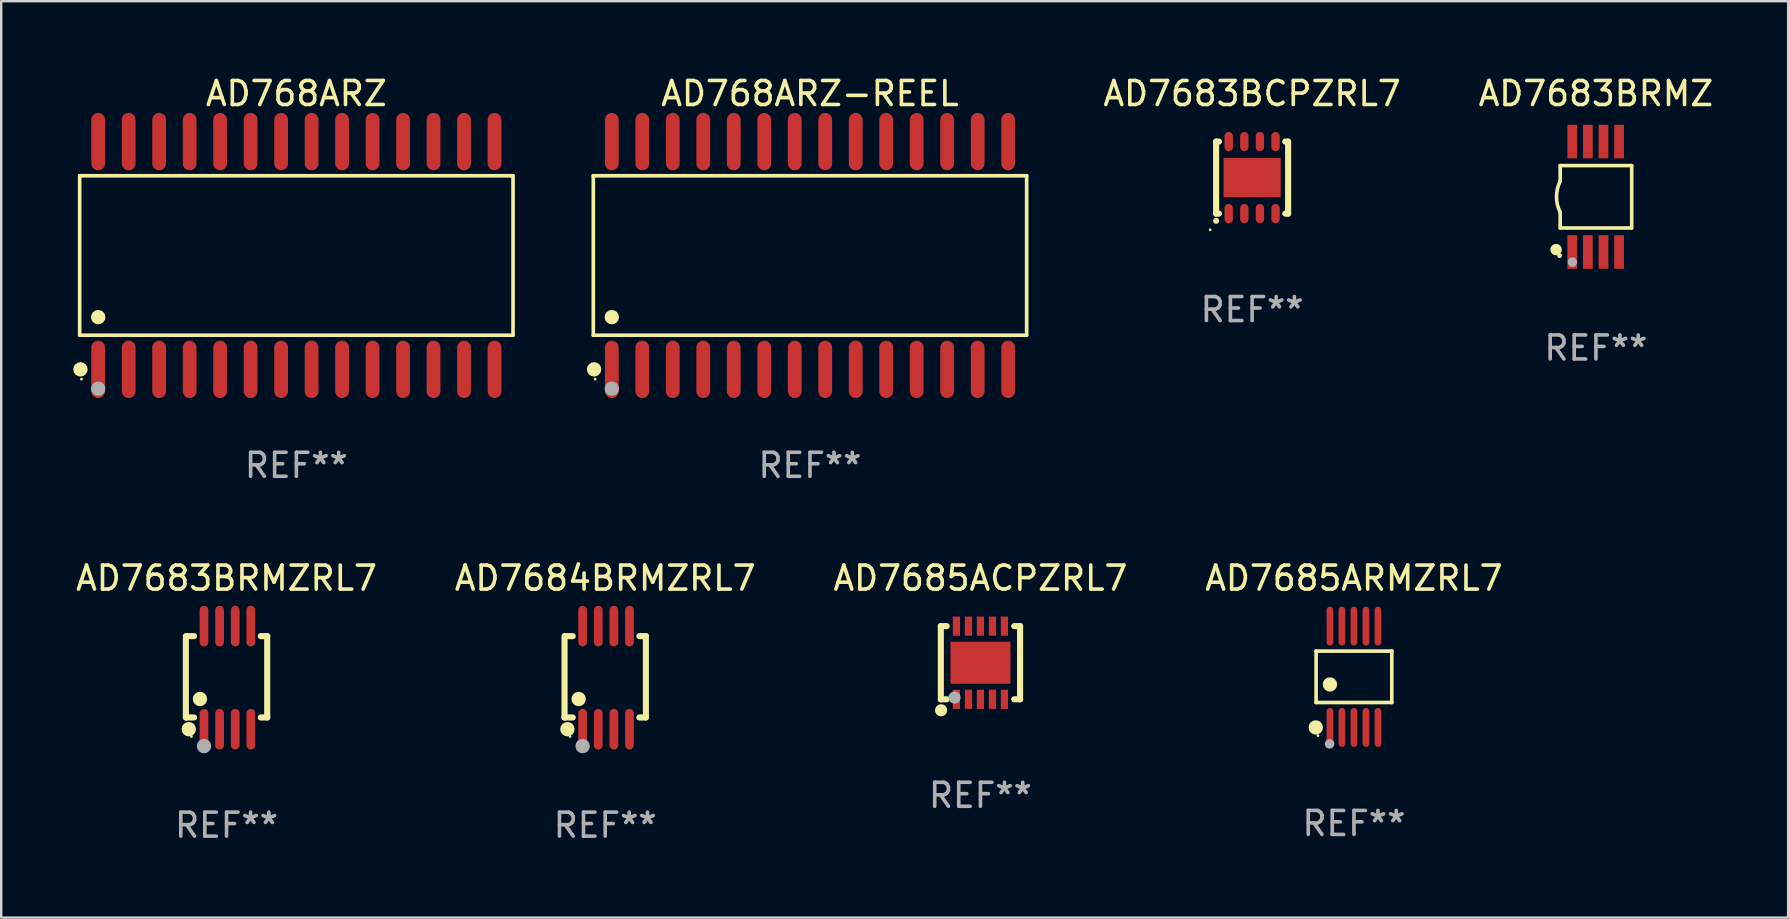
<source format=kicad_pcb>
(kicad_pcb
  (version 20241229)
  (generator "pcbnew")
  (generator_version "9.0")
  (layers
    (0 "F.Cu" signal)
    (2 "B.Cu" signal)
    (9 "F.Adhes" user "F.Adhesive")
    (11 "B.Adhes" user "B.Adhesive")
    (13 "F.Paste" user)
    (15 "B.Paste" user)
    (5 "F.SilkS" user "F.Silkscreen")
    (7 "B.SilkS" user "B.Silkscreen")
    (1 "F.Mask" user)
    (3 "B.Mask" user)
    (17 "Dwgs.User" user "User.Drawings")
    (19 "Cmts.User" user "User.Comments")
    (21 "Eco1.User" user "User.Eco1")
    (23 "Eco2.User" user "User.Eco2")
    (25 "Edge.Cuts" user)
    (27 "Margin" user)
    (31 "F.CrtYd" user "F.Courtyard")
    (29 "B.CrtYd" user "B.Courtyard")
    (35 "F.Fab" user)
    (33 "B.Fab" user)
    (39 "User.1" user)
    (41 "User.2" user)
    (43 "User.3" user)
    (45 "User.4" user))
  (footprint "AD768ARZ"
    (layer "F.Cu")
    (at 9.295 7.592)
    (property "Reference" "AD768ARZ" (at 0 -6.744 0) (layer "F.SilkS") (effects (font (size 1 1) (thickness 0.15))))
    (attr through_hole)
    (fp_line (start -9.026 -3.321) (end 9.026 -3.321) (stroke (width 0.152) (type solid)) (layer "F.SilkS"))
    (fp_line (start -9.026 3.321) (end -9.026 -3.321) (stroke (width 0.152) (type solid)) (layer "F.SilkS"))
    (fp_line (start 9.026 -3.321) (end 9.026 3.321) (stroke (width 0.152) (type solid)) (layer "F.SilkS"))
    (fp_line (start 9.026 3.321) (end -9.026 3.321) (stroke (width 0.152) (type solid)) (layer "F.SilkS"))
    (fp_circle (center -8.994 4.744) (end -8.844 4.744) (stroke (width 0.3) (type solid)) (fill no) (layer "F.SilkS"))
    (fp_circle (center -8.95 5.15) (end -8.92 5.15) (stroke (width 0.06) (type solid)) (fill no) (layer "F.SilkS"))
    (fp_circle (center -8.255 2.569) (end -8.105 2.569) (stroke (width 0.3) (type solid)) (fill no) (layer "F.SilkS"))
    (fp_circle (center -8.255 5.55) (end -8.105 5.55) (stroke (width 0.3) (type solid)) (fill no) (layer "F.Fab"))
    (fp_text user "REF**" (at 0 8.744 0) (layer "F.Fab") (effects (font (size 1 1) (thickness 0.15))))
    (pad "1" smd oval (at -8.255 4.744) (size 0.574 2.388) (layers "F.Cu" "F.Mask" "F.Paste"))
    (pad "2" smd oval (at -6.985 4.744) (size 0.574 2.388) (layers "F.Cu" "F.Mask" "F.Paste"))
    (pad "3" smd oval (at -5.715 4.744) (size 0.574 2.388) (layers "F.Cu" "F.Mask" "F.Paste"))
    (pad "4" smd oval (at -4.445 4.744) (size 0.574 2.388) (layers "F.Cu" "F.Mask" "F.Paste"))
    (pad "5" smd oval (at -3.175 4.744) (size 0.574 2.388) (layers "F.Cu" "F.Mask" "F.Paste"))
    (pad "6" smd oval (at -1.905 4.744) (size 0.574 2.388) (layers "F.Cu" "F.Mask" "F.Paste"))
    (pad "7" smd oval (at -0.635 4.744) (size 0.574 2.388) (layers "F.Cu" "F.Mask" "F.Paste"))
    (pad "8" smd oval (at 0.635 4.744) (size 0.574 2.388) (layers "F.Cu" "F.Mask" "F.Paste"))
    (pad "9" smd oval (at 1.905 4.744) (size 0.574 2.388) (layers "F.Cu" "F.Mask" "F.Paste"))
    (pad "10" smd oval (at 3.175 4.744) (size 0.574 2.388) (layers "F.Cu" "F.Mask" "F.Paste"))
    (pad "11" smd oval (at 4.445 4.744) (size 0.574 2.388) (layers "F.Cu" "F.Mask" "F.Paste"))
    (pad "12" smd oval (at 5.715 4.744) (size 0.574 2.388) (layers "F.Cu" "F.Mask" "F.Paste"))
    (pad "13" smd oval (at 6.985 4.744) (size 0.574 2.388) (layers "F.Cu" "F.Mask" "F.Paste"))
    (pad "14" smd oval (at 8.255 4.744) (size 0.574 2.388) (layers "F.Cu" "F.Mask" "F.Paste"))
    (pad "15" smd oval (at 8.255 -4.744) (size 0.574 2.388) (layers "F.Cu" "F.Mask" "F.Paste"))
    (pad "16" smd oval (at 6.985 -4.744) (size 0.574 2.388) (layers "F.Cu" "F.Mask" "F.Paste"))
    (pad "17" smd oval (at 5.715 -4.744) (size 0.574 2.388) (layers "F.Cu" "F.Mask" "F.Paste"))
    (pad "18" smd oval (at 4.445 -4.744) (size 0.574 2.388) (layers "F.Cu" "F.Mask" "F.Paste"))
    (pad "19" smd oval (at 3.175 -4.744) (size 0.574 2.388) (layers "F.Cu" "F.Mask" "F.Paste"))
    (pad "20" smd oval (at 1.905 -4.744) (size 0.574 2.388) (layers "F.Cu" "F.Mask" "F.Paste"))
    (pad "21" smd oval (at 0.635 -4.744) (size 0.574 2.388) (layers "F.Cu" "F.Mask" "F.Paste"))
    (pad "22" smd oval (at -0.635 -4.744) (size 0.574 2.388) (layers "F.Cu" "F.Mask" "F.Paste"))
    (pad "23" smd oval (at -1.905 -4.744) (size 0.574 2.388) (layers "F.Cu" "F.Mask" "F.Paste"))
    (pad "24" smd oval (at -3.175 -4.744) (size 0.574 2.388) (layers "F.Cu" "F.Mask" "F.Paste"))
    (pad "25" smd oval (at -4.445 -4.744) (size 0.574 2.388) (layers "F.Cu" "F.Mask" "F.Paste"))
    (pad "26" smd oval (at -5.715 -4.744) (size 0.574 2.388) (layers "F.Cu" "F.Mask" "F.Paste"))
    (pad "27" smd oval (at -6.985 -4.744) (size 0.574 2.388) (layers "F.Cu" "F.Mask" "F.Paste"))
    (pad "28" smd oval (at -8.255 -4.744) (size 0.574 2.388) (layers "F.Cu" "F.Mask" "F.Paste")))
  (footprint "AD7683BRMZ"
    (layer "F.Cu")
    (at 63.431 5.148)
    (property "Reference" "AD7683BRMZ" (at 0 -4.3 0) (layer "F.SilkS") (effects (font (size 1 1) (thickness 0.15))))
    (attr through_hole)
    (fp_line (start -1.489 -1.3) (end -1.489 -0.648) (stroke (width 0.15) (type solid)) (layer "F.SilkS"))
    (fp_line (start -1.489 0.648) (end -1.489 1.3) (stroke (width 0.15) (type solid)) (layer "F.SilkS"))
    (fp_line (start -1.489 1.3) (end 1.489 1.3) (stroke (width 0.15) (type solid)) (layer "F.SilkS"))
    (fp_line (start 1.489 -1.3) (end -1.489 -1.3) (stroke (width 0.15) (type solid)) (layer "F.SilkS"))
    (fp_line (start 1.489 1.3) (end 1.489 -1.3) (stroke (width 0.15) (type solid)) (layer "F.SilkS"))
    (fp_arc (start -1.489205 0.647702) (mid -1.642107 0) (end -1.489205 -0.647701) (stroke (width 0.150013) (type solid)) (layer "F.SilkS"))
    (fp_circle (center -1.661 2.2) (end -1.541 2.2) (stroke (width 0.24) (type solid)) (fill no) (layer "F.SilkS"))
    (fp_circle (center -1.511 2.45) (end -1.461 2.45) (stroke (width 0.1) (type solid)) (fill no) (layer "F.SilkS"))
    (fp_circle (center -0.981 2.72) (end -0.881 2.72) (stroke (width 0.2) (type solid)) (fill no) (layer "F.Fab"))
    (fp_text user "REF**" (at 0 6.3 0) (layer "F.Fab") (effects (font (size 1 1) (thickness 0.15))))
    (pad "1" smd rect (at -0.986 2.3) (size 0.406 1.397) (layers "F.Cu" "F.Mask" "F.Paste"))
    (pad "2" smd rect (at -0.336 2.3) (size 0.406 1.397) (layers "F.Cu" "F.Mask" "F.Paste"))
    (pad "3" smd rect (at 0.314 2.3) (size 0.406 1.397) (layers "F.Cu" "F.Mask" "F.Paste"))
    (pad "4" smd rect (at 0.964 2.3) (size 0.406 1.397) (layers "F.Cu" "F.Mask" "F.Paste"))
    (pad "5" smd rect (at 0.964 -2.3) (size 0.406 1.397) (layers "F.Cu" "F.Mask" "F.Paste"))
    (pad "6" smd rect (at 0.314 -2.3) (size 0.406 1.397) (layers "F.Cu" "F.Mask" "F.Paste"))
    (pad "7" smd rect (at -0.336 -2.3) (size 0.406 1.397) (layers "F.Cu" "F.Mask" "F.Paste"))
    (pad "8" smd rect (at -0.986 -2.3) (size 0.406 1.397) (layers "F.Cu" "F.Mask" "F.Paste")))
  (footprint "AD7685ARMZRL7"
    (layer "F.Cu")
    (at 53.351 25.143)
    (property "Reference" "AD7685ARMZRL7" (at 0 -4.11 0) (layer "F.SilkS") (effects (font (size 1 1) (thickness 0.15))))
    (attr through_hole)
    (fp_line (start -1.576 -1.071) (end 1.576 -1.071) (stroke (width 0.152) (type solid)) (layer "F.SilkS"))
    (fp_line (start -1.576 1.071) (end -1.576 -1.071) (stroke (width 0.152) (type solid)) (layer "F.SilkS"))
    (fp_line (start 1.576 -1.071) (end 1.576 1.071) (stroke (width 0.152) (type solid)) (layer "F.SilkS"))
    (fp_line (start 1.576 1.071) (end -1.576 1.071) (stroke (width 0.152) (type solid)) (layer "F.SilkS"))
    (fp_circle (center -1.592 2.11) (end -1.442 2.11) (stroke (width 0.3) (type solid)) (fill no) (layer "F.SilkS"))
    (fp_circle (center -1.5 2.45) (end -1.47 2.45) (stroke (width 0.06) (type solid)) (fill no) (layer "F.SilkS"))
    (fp_circle (center -1 0.319) (end -0.85 0.319) (stroke (width 0.3) (type solid)) (fill no) (layer "F.SilkS"))
    (fp_circle (center -1.016 2.794) (end -0.916 2.794) (stroke (width 0.2) (type solid)) (fill no) (layer "F.Fab"))
    (fp_text user "REF**" (at 0 6.11 0) (layer "F.Fab") (effects (font (size 1 1) (thickness 0.15))))
    (pad "1" smd oval (at -1 2.11) (size 0.28 1.62) (layers "F.Cu" "F.Mask" "F.Paste"))
    (pad "2" smd oval (at -0.5 2.11) (size 0.28 1.62) (layers "F.Cu" "F.Mask" "F.Paste"))
    (pad "3" smd oval (at 0 2.11) (size 0.28 1.62) (layers "F.Cu" "F.Mask" "F.Paste"))
    (pad "4" smd oval (at 0.5 2.11) (size 0.28 1.62) (layers "F.Cu" "F.Mask" "F.Paste"))
    (pad "5" smd oval (at 1 2.11) (size 0.28 1.62) (layers "F.Cu" "F.Mask" "F.Paste"))
    (pad "6" smd oval (at 1 -2.11) (size 0.28 1.62) (layers "F.Cu" "F.Mask" "F.Paste"))
    (pad "7" smd oval (at 0.5 -2.11) (size 0.28 1.62) (layers "F.Cu" "F.Mask" "F.Paste"))
    (pad "8" smd oval (at 0 -2.11) (size 0.28 1.62) (layers "F.Cu" "F.Mask" "F.Paste"))
    (pad "9" smd oval (at -0.5 -2.11) (size 0.28 1.62) (layers "F.Cu" "F.Mask" "F.Paste"))
    (pad "10" smd oval (at -1 -2.11) (size 0.28 1.62) (layers "F.Cu" "F.Mask" "F.Paste")))
  (footprint "AD7683BCPZRL7"
    (layer "F.Cu")
    (at 49.109 4.348)
    (property "Reference" "AD7683BCPZRL7" (at 0 -3.5 0) (layer "F.SilkS") (effects (font (size 1 1) (thickness 0.15))))
    (attr through_hole)
    (fp_line (start -1.5 -1.5) (end -1.5 1.5) (stroke (width 0.254) (type solid)) (layer "F.SilkS"))
    (fp_line (start -1.5 1.5) (end -1.381 1.5) (stroke (width 0.254) (type solid)) (layer "F.SilkS"))
    (fp_line (start -1.381 -1.5) (end -1.5 -1.5) (stroke (width 0.254) (type solid)) (layer "F.SilkS"))
    (fp_line (start 1.381 1.5) (end 1.5 1.5) (stroke (width 0.254) (type solid)) (layer "F.SilkS"))
    (fp_line (start 1.5 -1.5) (end 1.381 -1.5) (stroke (width 0.254) (type solid)) (layer "F.SilkS"))
    (fp_line (start 1.5 1.5) (end 1.5 -1.5) (stroke (width 0.254) (type solid)) (layer "F.SilkS"))
    (fp_arc (start -1.5 1.799936) (mid -1.49873 1.79993) (end -1.49746 1.799936) (stroke (width 0.25) (type solid)) (layer "F.SilkS"))
    (fp_circle (center -1.749 2.175) (end -1.719 2.175) (stroke (width 0.06) (type solid)) (fill no) (layer "F.SilkS"))
    (fp_text user "REF**" (at 0 5.5 0) (layer "F.Fab") (effects (font (size 1 1) (thickness 0.15))))
    (pad "1" smd oval (at -0.975 1.5 180) (size 0.35 0.8) (layers "F.Cu" "F.Mask" "F.Paste"))
    (pad "2" smd oval (at -0.325 1.5 180) (size 0.35 0.8) (layers "F.Cu" "F.Mask" "F.Paste"))
    (pad "3" smd oval (at 0.325 1.5 180) (size 0.35 0.8) (layers "F.Cu" "F.Mask" "F.Paste"))
    (pad "4" smd oval (at 0.975 1.5 180) (size 0.35 0.8) (layers "F.Cu" "F.Mask" "F.Paste"))
    (pad "5" smd oval (at 0.975 -1.5 180) (size 0.35 0.8) (layers "F.Cu" "F.Mask" "F.Paste"))
    (pad "6" smd oval (at 0.325 -1.5 180) (size 0.35 0.8) (layers "F.Cu" "F.Mask" "F.Paste"))
    (pad "7" smd oval (at -0.325 -1.5 180) (size 0.35 0.8) (layers "F.Cu" "F.Mask" "F.Paste"))
    (pad "8" smd oval (at -0.975 -1.5 180) (size 0.35 0.8) (layers "F.Cu" "F.Mask" "F.Paste"))
    (pad "9" smd rect (at 0 -0.000064 90) (size 1.64 2.38) (layers "F.Cu" "F.Mask" "F.Paste")))
  (footprint "AD7683BRMZRL7"
    (layer "F.Cu")
    (at 6.387 25.179)
    (property "Reference" "AD7683BRMZRL7" (at 0 -4.146 0) (layer "F.SilkS") (effects (font (size 1 1) (thickness 0.15))))
    (attr through_hole)
    (fp_line (start -1.694 -1.724) (end -1.694 1.652) (stroke (width 0.254) (type solid)) (layer "F.SilkS"))
    (fp_line (start -1.694 1.652) (end -1.688 1.658) (stroke (width 0.254) (type solid)) (layer "F.SilkS"))
    (fp_line (start -1.688 1.658) (end -1.353 1.658) (stroke (width 0.254) (type solid)) (layer "F.SilkS"))
    (fp_line (start -1.661 -1.73) (end -1.681 -1.71) (stroke (width 0.254) (type solid)) (layer "F.SilkS"))
    (fp_line (start -1.353 -1.73) (end -1.661 -1.73) (stroke (width 0.254) (type solid)) (layer "F.SilkS"))
    (fp_line (start 1.424 1.658) (end 1.694 1.658) (stroke (width 0.254) (type solid)) (layer "F.SilkS"))
    (fp_line (start 1.694 -1.73) (end 1.424 -1.73) (stroke (width 0.254) (type solid)) (layer "F.SilkS"))
    (fp_line (start 1.694 1.658) (end 1.694 -1.73) (stroke (width 0.254) (type solid)) (layer "F.SilkS"))
    (fp_circle (center -1.574 2.146) (end -1.424 2.146) (stroke (width 0.3) (type solid)) (fill no) (layer "F.SilkS"))
    (fp_circle (center -1.464 2.45) (end -1.434 2.45) (stroke (width 0.06) (type solid)) (fill no) (layer "F.SilkS"))
    (fp_circle (center -1.107 0.889) (end -0.957 0.889) (stroke (width 0.3) (type solid)) (fill no) (layer "F.SilkS"))
    (fp_circle (center -0.94 2.85) (end -0.789 2.85) (stroke (width 0.3) (type solid)) (fill no) (layer "F.Fab"))
    (fp_text user "REF**" (at 0 6.146 0) (layer "F.Fab") (effects (font (size 1 1) (thickness 0.15))))
    (pad "1" smd oval (at -0.94 2.146) (size 0.364 1.692) (layers "F.Cu" "F.Mask" "F.Paste"))
    (pad "2" smd oval (at -0.289 2.146) (size 0.364 1.692) (layers "F.Cu" "F.Mask" "F.Paste"))
    (pad "3" smd oval (at 0.361 2.146) (size 0.364 1.692) (layers "F.Cu" "F.Mask" "F.Paste"))
    (pad "4" smd oval (at 1.011 2.146) (size 0.364 1.692) (layers "F.Cu" "F.Mask" "F.Paste"))
    (pad "5" smd oval (at 1.011 -2.146) (size 0.364 1.692) (layers "F.Cu" "F.Mask" "F.Paste"))
    (pad "6" smd oval (at 0.361 -2.146) (size 0.364 1.692) (layers "F.Cu" "F.Mask" "F.Paste"))
    (pad "7" smd oval (at -0.289 -2.146) (size 0.364 1.692) (layers "F.Cu" "F.Mask" "F.Paste"))
    (pad "8" smd oval (at -0.94 -2.146) (size 0.364 1.692) (layers "F.Cu" "F.Mask" "F.Paste")))
  (footprint "AD768ARZ-REEL"
    (layer "F.Cu")
    (at 30.691 7.592)
    (property "Reference" "AD768ARZ-REEL" (at 0 -6.744 0) (layer "F.SilkS") (effects (font (size 1 1) (thickness 0.15))))
    (attr through_hole)
    (fp_line (start -9.026 -3.321) (end 9.026 -3.321) (stroke (width 0.152) (type solid)) (layer "F.SilkS"))
    (fp_line (start -9.026 3.321) (end -9.026 -3.321) (stroke (width 0.152) (type solid)) (layer "F.SilkS"))
    (fp_line (start 9.026 -3.321) (end 9.026 3.321) (stroke (width 0.152) (type solid)) (layer "F.SilkS"))
    (fp_line (start 9.026 3.321) (end -9.026 3.321) (stroke (width 0.152) (type solid)) (layer "F.SilkS"))
    (fp_circle (center -8.994 4.744) (end -8.844 4.744) (stroke (width 0.3) (type solid)) (fill no) (layer "F.SilkS"))
    (fp_circle (center -8.95 5.15) (end -8.92 5.15) (stroke (width 0.06) (type solid)) (fill no) (layer "F.SilkS"))
    (fp_circle (center -8.255 2.569) (end -8.105 2.569) (stroke (width 0.3) (type solid)) (fill no) (layer "F.SilkS"))
    (fp_circle (center -8.255 5.55) (end -8.105 5.55) (stroke (width 0.3) (type solid)) (fill no) (layer "F.Fab"))
    (fp_text user "REF**" (at 0 8.744 0) (layer "F.Fab") (effects (font (size 1 1) (thickness 0.15))))
    (pad "1" smd oval (at -8.255 4.744) (size 0.574 2.388) (layers "F.Cu" "F.Mask" "F.Paste"))
    (pad "2" smd oval (at -6.985 4.744) (size 0.574 2.388) (layers "F.Cu" "F.Mask" "F.Paste"))
    (pad "3" smd oval (at -5.715 4.744) (size 0.574 2.388) (layers "F.Cu" "F.Mask" "F.Paste"))
    (pad "4" smd oval (at -4.445 4.744) (size 0.574 2.388) (layers "F.Cu" "F.Mask" "F.Paste"))
    (pad "5" smd oval (at -3.175 4.744) (size 0.574 2.388) (layers "F.Cu" "F.Mask" "F.Paste"))
    (pad "6" smd oval (at -1.905 4.744) (size 0.574 2.388) (layers "F.Cu" "F.Mask" "F.Paste"))
    (pad "7" smd oval (at -0.635 4.744) (size 0.574 2.388) (layers "F.Cu" "F.Mask" "F.Paste"))
    (pad "8" smd oval (at 0.635 4.744) (size 0.574 2.388) (layers "F.Cu" "F.Mask" "F.Paste"))
    (pad "9" smd oval (at 1.905 4.744) (size 0.574 2.388) (layers "F.Cu" "F.Mask" "F.Paste"))
    (pad "10" smd oval (at 3.175 4.744) (size 0.574 2.388) (layers "F.Cu" "F.Mask" "F.Paste"))
    (pad "11" smd oval (at 4.445 4.744) (size 0.574 2.388) (layers "F.Cu" "F.Mask" "F.Paste"))
    (pad "12" smd oval (at 5.715 4.744) (size 0.574 2.388) (layers "F.Cu" "F.Mask" "F.Paste"))
    (pad "13" smd oval (at 6.985 4.744) (size 0.574 2.388) (layers "F.Cu" "F.Mask" "F.Paste"))
    (pad "14" smd oval (at 8.255 4.744) (size 0.574 2.388) (layers "F.Cu" "F.Mask" "F.Paste"))
    (pad "15" smd oval (at 8.255 -4.744) (size 0.574 2.388) (layers "F.Cu" "F.Mask" "F.Paste"))
    (pad "16" smd oval (at 6.985 -4.744) (size 0.574 2.388) (layers "F.Cu" "F.Mask" "F.Paste"))
    (pad "17" smd oval (at 5.715 -4.744) (size 0.574 2.388) (layers "F.Cu" "F.Mask" "F.Paste"))
    (pad "18" smd oval (at 4.445 -4.744) (size 0.574 2.388) (layers "F.Cu" "F.Mask" "F.Paste"))
    (pad "19" smd oval (at 3.175 -4.744) (size 0.574 2.388) (layers "F.Cu" "F.Mask" "F.Paste"))
    (pad "20" smd oval (at 1.905 -4.744) (size 0.574 2.388) (layers "F.Cu" "F.Mask" "F.Paste"))
    (pad "21" smd oval (at 0.635 -4.744) (size 0.574 2.388) (layers "F.Cu" "F.Mask" "F.Paste"))
    (pad "22" smd oval (at -0.635 -4.744) (size 0.574 2.388) (layers "F.Cu" "F.Mask" "F.Paste"))
    (pad "23" smd oval (at -1.905 -4.744) (size 0.574 2.388) (layers "F.Cu" "F.Mask" "F.Paste"))
    (pad "24" smd oval (at -3.175 -4.744) (size 0.574 2.388) (layers "F.Cu" "F.Mask" "F.Paste"))
    (pad "25" smd oval (at -4.445 -4.744) (size 0.574 2.388) (layers "F.Cu" "F.Mask" "F.Paste"))
    (pad "26" smd oval (at -5.715 -4.744) (size 0.574 2.388) (layers "F.Cu" "F.Mask" "F.Paste"))
    (pad "27" smd oval (at -6.985 -4.744) (size 0.574 2.388) (layers "F.Cu" "F.Mask" "F.Paste"))
    (pad "28" smd oval (at -8.255 -4.744) (size 0.574 2.388) (layers "F.Cu" "F.Mask" "F.Paste")))
  (footprint "AD7684BRMZRL7"
    (layer "F.Cu")
    (at 22.161 25.179)
    (property "Reference" "AD7684BRMZRL7" (at 0 -4.146 0) (layer "F.SilkS") (effects (font (size 1 1) (thickness 0.15))))
    (attr through_hole)
    (fp_line (start -1.694 -1.724) (end -1.694 1.652) (stroke (width 0.254) (type solid)) (layer "F.SilkS"))
    (fp_line (start -1.694 1.652) (end -1.688 1.658) (stroke (width 0.254) (type solid)) (layer "F.SilkS"))
    (fp_line (start -1.688 1.658) (end -1.353 1.658) (stroke (width 0.254) (type solid)) (layer "F.SilkS"))
    (fp_line (start -1.661 -1.73) (end -1.681 -1.71) (stroke (width 0.254) (type solid)) (layer "F.SilkS"))
    (fp_line (start -1.353 -1.73) (end -1.661 -1.73) (stroke (width 0.254) (type solid)) (layer "F.SilkS"))
    (fp_line (start 1.424 1.658) (end 1.694 1.658) (stroke (width 0.254) (type solid)) (layer "F.SilkS"))
    (fp_line (start 1.694 -1.73) (end 1.424 -1.73) (stroke (width 0.254) (type solid)) (layer "F.SilkS"))
    (fp_line (start 1.694 1.658) (end 1.694 -1.73) (stroke (width 0.254) (type solid)) (layer "F.SilkS"))
    (fp_circle (center -1.574 2.146) (end -1.424 2.146) (stroke (width 0.3) (type solid)) (fill no) (layer "F.SilkS"))
    (fp_circle (center -1.464 2.45) (end -1.434 2.45) (stroke (width 0.06) (type solid)) (fill no) (layer "F.SilkS"))
    (fp_circle (center -1.107 0.889) (end -0.957 0.889) (stroke (width 0.3) (type solid)) (fill no) (layer "F.SilkS"))
    (fp_circle (center -0.94 2.85) (end -0.789 2.85) (stroke (width 0.3) (type solid)) (fill no) (layer "F.Fab"))
    (fp_text user "REF**" (at 0 6.146 0) (layer "F.Fab") (effects (font (size 1 1) (thickness 0.15))))
    (pad "1" smd oval (at -0.94 2.146) (size 0.364 1.692) (layers "F.Cu" "F.Mask" "F.Paste"))
    (pad "2" smd oval (at -0.289 2.146) (size 0.364 1.692) (layers "F.Cu" "F.Mask" "F.Paste"))
    (pad "3" smd oval (at 0.361 2.146) (size 0.364 1.692) (layers "F.Cu" "F.Mask" "F.Paste"))
    (pad "4" smd oval (at 1.011 2.146) (size 0.364 1.692) (layers "F.Cu" "F.Mask" "F.Paste"))
    (pad "5" smd oval (at 1.011 -2.146) (size 0.364 1.692) (layers "F.Cu" "F.Mask" "F.Paste"))
    (pad "6" smd oval (at 0.361 -2.146) (size 0.364 1.692) (layers "F.Cu" "F.Mask" "F.Paste"))
    (pad "7" smd oval (at -0.289 -2.146) (size 0.364 1.692) (layers "F.Cu" "F.Mask" "F.Paste"))
    (pad "8" smd oval (at -0.94 -2.146) (size 0.364 1.692) (layers "F.Cu" "F.Mask" "F.Paste")))
  (footprint "AD7685ACPZRL7"
    (layer "F.Cu")
    (at 37.792 24.557)
    (property "Reference" "AD7685ACPZRL7" (at 0 -3.524 0) (layer "F.SilkS") (effects (font (size 1 1) (thickness 0.15))))
    (attr through_hole)
    (fp_line (start -1.651 -1.524) (end -1.651 1.524) (stroke (width 0.254) (type solid)) (layer "F.SilkS"))
    (fp_line (start -1.651 1.524) (end -1.406 1.524) (stroke (width 0.254) (type solid)) (layer "F.SilkS"))
    (fp_line (start -1.406 -1.524) (end -1.651 -1.524) (stroke (width 0.254) (type solid)) (layer "F.SilkS"))
    (fp_line (start 1.406 1.524) (end 1.651 1.524) (stroke (width 0.254) (type solid)) (layer "F.SilkS"))
    (fp_line (start 1.651 -1.524) (end 1.406 -1.524) (stroke (width 0.254) (type solid)) (layer "F.SilkS"))
    (fp_line (start 1.651 1.524) (end 1.651 -1.524) (stroke (width 0.254) (type solid)) (layer "F.SilkS"))
    (fp_circle (center -1.64 1.98) (end -1.513 1.98) (stroke (width 0.254) (type solid)) (fill no) (layer "F.SilkS"))
    (fp_circle (center -1.5 1.5) (end -1.47 1.5) (stroke (width 0.06) (type solid)) (fill no) (layer "F.SilkS"))
    (fp_circle (center -1.08 1.45) (end -0.953 1.45) (stroke (width 0.254) (type solid)) (fill no) (layer "F.Fab"))
    (fp_text user "REF**" (at 0 5.524 0) (layer "F.Fab") (effects (font (size 1 1) (thickness 0.15))))
    (pad "1" smd rect (at -1 1.524) (size 0.3 0.8) (layers "F.Cu" "F.Mask" "F.Paste"))
    (pad "2" smd rect (at -0.5 1.524) (size 0.3 0.8) (layers "F.Cu" "F.Mask" "F.Paste"))
    (pad "3" smd rect (at 0 1.524) (size 0.3 0.8) (layers "F.Cu" "F.Mask" "F.Paste"))
    (pad "4" smd rect (at 0.5 1.524) (size 0.3 0.8) (layers "F.Cu" "F.Mask" "F.Paste"))
    (pad "5" smd rect (at 1 1.524) (size 0.3 0.8) (layers "F.Cu" "F.Mask" "F.Paste"))
    (pad "6" smd rect (at 1 -1.524) (size 0.3 0.8) (layers "F.Cu" "F.Mask" "F.Paste"))
    (pad "7" smd rect (at 0.5 -1.524) (size 0.3 0.8) (layers "F.Cu" "F.Mask" "F.Paste"))
    (pad "8" smd rect (at 0 -1.524) (size 0.3 0.8) (layers "F.Cu" "F.Mask" "F.Paste"))
    (pad "9" smd rect (at -0.5 -1.524) (size 0.3 0.8) (layers "F.Cu" "F.Mask" "F.Paste"))
    (pad "10" smd rect (at -1 -1.524) (size 0.3 0.8) (layers "F.Cu" "F.Mask" "F.Paste"))
    (pad "11" smd rect (at 0 0) (size 2.5 1.75) (layers "F.Cu" "F.Mask" "F.Paste")))
  (gr_rect
    (start -3 -3)
    (end 71.437 35.173)
    (stroke (width 0.1) (type default))
    (fill no)
    (layer "Edge.Cuts")))
</source>
